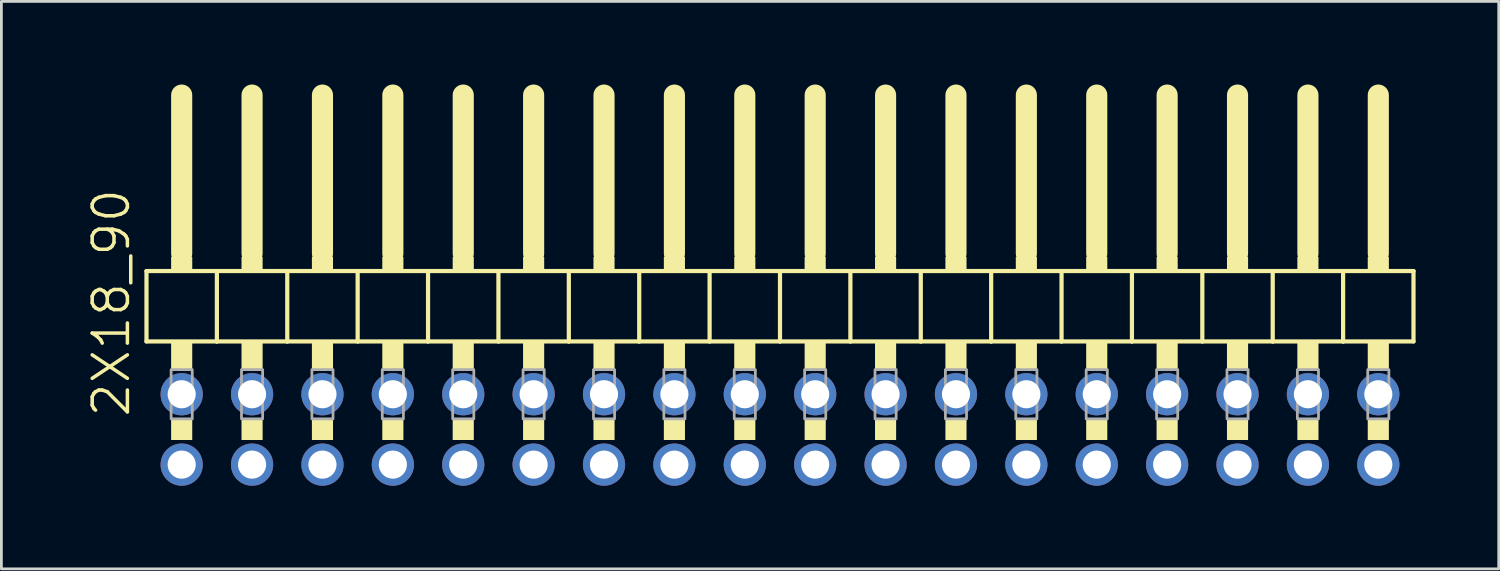
<source format=kicad_pcb>
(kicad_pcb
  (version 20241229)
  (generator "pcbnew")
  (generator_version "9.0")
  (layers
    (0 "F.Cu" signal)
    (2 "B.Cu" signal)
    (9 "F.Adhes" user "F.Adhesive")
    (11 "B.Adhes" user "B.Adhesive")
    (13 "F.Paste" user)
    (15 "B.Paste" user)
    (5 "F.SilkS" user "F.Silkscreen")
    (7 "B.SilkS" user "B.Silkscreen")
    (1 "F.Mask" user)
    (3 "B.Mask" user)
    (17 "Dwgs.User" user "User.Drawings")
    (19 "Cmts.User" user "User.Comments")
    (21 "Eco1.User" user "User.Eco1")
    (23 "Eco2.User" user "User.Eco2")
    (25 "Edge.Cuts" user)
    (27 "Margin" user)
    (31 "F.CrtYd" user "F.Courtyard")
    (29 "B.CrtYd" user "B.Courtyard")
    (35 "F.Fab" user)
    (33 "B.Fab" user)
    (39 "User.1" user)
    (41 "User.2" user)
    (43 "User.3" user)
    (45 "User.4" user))
  (footprint "2X18_90"
    (layer "F.Cu")
    (at 25.096 7.366)
    (property "Reference" "2X18_90" (at -24.13 0.514 90) (layer "F.SilkS") (effects (font (size 1.27 1.27) (thickness 0.127))))
    (attr through_hole)
    (fp_line (start -22.86 -0.635) (end -22.86 1.905) (stroke (width 0.152) (type solid)) (layer "F.SilkS"))
    (fp_line (start -22.86 1.905) (end -20.32 1.905) (stroke (width 0.152) (type solid)) (layer "F.SilkS"))
    (fp_line (start -21.59 -6.985) (end -21.59 -1.27) (stroke (width 0.762) (type solid)) (layer "F.SilkS"))
    (fp_line (start -20.32 -0.635) (end -22.86 -0.635) (stroke (width 0.152) (type solid)) (layer "F.SilkS"))
    (fp_line (start -20.32 1.905) (end -20.32 -0.635) (stroke (width 0.152) (type solid)) (layer "F.SilkS"))
    (fp_line (start -20.32 1.905) (end -17.78 1.905) (stroke (width 0.152) (type solid)) (layer "F.SilkS"))
    (fp_line (start -19.05 -6.985) (end -19.05 -1.27) (stroke (width 0.762) (type solid)) (layer "F.SilkS"))
    (fp_line (start -17.78 -0.635) (end -20.32 -0.635) (stroke (width 0.152) (type solid)) (layer "F.SilkS"))
    (fp_line (start -17.78 1.905) (end -17.78 -0.635) (stroke (width 0.152) (type solid)) (layer "F.SilkS"))
    (fp_line (start -17.78 1.905) (end -15.24 1.905) (stroke (width 0.152) (type solid)) (layer "F.SilkS"))
    (fp_line (start -16.51 -6.985) (end -16.51 -1.27) (stroke (width 0.762) (type solid)) (layer "F.SilkS"))
    (fp_line (start -15.24 -0.635) (end -17.78 -0.635) (stroke (width 0.152) (type solid)) (layer "F.SilkS"))
    (fp_line (start -15.24 1.905) (end -15.24 -0.635) (stroke (width 0.152) (type solid)) (layer "F.SilkS"))
    (fp_line (start -15.24 1.905) (end -12.7 1.905) (stroke (width 0.152) (type solid)) (layer "F.SilkS"))
    (fp_line (start -13.97 -6.985) (end -13.97 -1.27) (stroke (width 0.762) (type solid)) (layer "F.SilkS"))
    (fp_line (start -12.7 -0.635) (end -15.24 -0.635) (stroke (width 0.152) (type solid)) (layer "F.SilkS"))
    (fp_line (start -12.7 1.905) (end -12.7 -0.635) (stroke (width 0.152) (type solid)) (layer "F.SilkS"))
    (fp_line (start -12.7 1.905) (end -10.16 1.905) (stroke (width 0.152) (type solid)) (layer "F.SilkS"))
    (fp_line (start -11.43 -6.985) (end -11.43 -1.27) (stroke (width 0.762) (type solid)) (layer "F.SilkS"))
    (fp_line (start -10.16 -0.635) (end -12.7 -0.635) (stroke (width 0.152) (type solid)) (layer "F.SilkS"))
    (fp_line (start -10.16 1.905) (end -10.16 -0.635) (stroke (width 0.152) (type solid)) (layer "F.SilkS"))
    (fp_line (start -10.16 1.905) (end -7.62 1.905) (stroke (width 0.152) (type solid)) (layer "F.SilkS"))
    (fp_line (start -8.89 -6.985) (end -8.89 -1.27) (stroke (width 0.762) (type solid)) (layer "F.SilkS"))
    (fp_line (start -7.62 -0.635) (end -10.16 -0.635) (stroke (width 0.152) (type solid)) (layer "F.SilkS"))
    (fp_line (start -7.62 1.905) (end -7.62 -0.635) (stroke (width 0.152) (type solid)) (layer "F.SilkS"))
    (fp_line (start -7.62 1.905) (end -5.08 1.905) (stroke (width 0.152) (type solid)) (layer "F.SilkS"))
    (fp_line (start -6.35 -6.985) (end -6.35 -1.27) (stroke (width 0.762) (type solid)) (layer "F.SilkS"))
    (fp_line (start -5.08 -0.635) (end -7.62 -0.635) (stroke (width 0.152) (type solid)) (layer "F.SilkS"))
    (fp_line (start -5.08 1.905) (end -5.08 -0.635) (stroke (width 0.152) (type solid)) (layer "F.SilkS"))
    (fp_line (start -5.08 1.905) (end -2.54 1.905) (stroke (width 0.152) (type solid)) (layer "F.SilkS"))
    (fp_line (start -3.81 -6.985) (end -3.81 -1.27) (stroke (width 0.762) (type solid)) (layer "F.SilkS"))
    (fp_line (start -2.54 -0.635) (end -5.08 -0.635) (stroke (width 0.152) (type solid)) (layer "F.SilkS"))
    (fp_line (start -2.54 1.905) (end -2.54 -0.635) (stroke (width 0.152) (type solid)) (layer "F.SilkS"))
    (fp_line (start -2.54 1.905) (end 0 1.905) (stroke (width 0.152) (type solid)) (layer "F.SilkS"))
    (fp_line (start -1.27 -6.985) (end -1.27 -1.27) (stroke (width 0.762) (type solid)) (layer "F.SilkS"))
    (fp_line (start 0 -0.635) (end -2.54 -0.635) (stroke (width 0.152) (type solid)) (layer "F.SilkS"))
    (fp_line (start 0 1.905) (end 0 -0.635) (stroke (width 0.152) (type solid)) (layer "F.SilkS"))
    (fp_line (start 0 1.905) (end 2.54 1.905) (stroke (width 0.152) (type solid)) (layer "F.SilkS"))
    (fp_line (start 1.27 -6.985) (end 1.27 -1.27) (stroke (width 0.762) (type solid)) (layer "F.SilkS"))
    (fp_line (start 2.54 -0.635) (end 0 -0.635) (stroke (width 0.152) (type solid)) (layer "F.SilkS"))
    (fp_line (start 2.54 1.905) (end 2.54 -0.635) (stroke (width 0.152) (type solid)) (layer "F.SilkS"))
    (fp_line (start 2.54 1.905) (end 5.08 1.905) (stroke (width 0.152) (type solid)) (layer "F.SilkS"))
    (fp_line (start 3.81 -6.985) (end 3.81 -1.27) (stroke (width 0.762) (type solid)) (layer "F.SilkS"))
    (fp_line (start 5.08 -0.635) (end 2.54 -0.635) (stroke (width 0.152) (type solid)) (layer "F.SilkS"))
    (fp_line (start 5.08 1.905) (end 5.08 -0.635) (stroke (width 0.152) (type solid)) (layer "F.SilkS"))
    (fp_line (start 5.08 1.905) (end 7.62 1.905) (stroke (width 0.152) (type solid)) (layer "F.SilkS"))
    (fp_line (start 6.35 -6.985) (end 6.35 -1.27) (stroke (width 0.762) (type solid)) (layer "F.SilkS"))
    (fp_line (start 7.62 -0.635) (end 5.08 -0.635) (stroke (width 0.152) (type solid)) (layer "F.SilkS"))
    (fp_line (start 7.62 1.905) (end 7.62 -0.635) (stroke (width 0.152) (type solid)) (layer "F.SilkS"))
    (fp_line (start 7.62 1.905) (end 10.16 1.905) (stroke (width 0.152) (type solid)) (layer "F.SilkS"))
    (fp_line (start 8.89 -6.985) (end 8.89 -1.27) (stroke (width 0.762) (type solid)) (layer "F.SilkS"))
    (fp_line (start 10.16 -0.635) (end 7.62 -0.635) (stroke (width 0.152) (type solid)) (layer "F.SilkS"))
    (fp_line (start 10.16 1.905) (end 10.16 -0.635) (stroke (width 0.152) (type solid)) (layer "F.SilkS"))
    (fp_line (start 10.16 1.905) (end 12.7 1.905) (stroke (width 0.152) (type solid)) (layer "F.SilkS"))
    (fp_line (start 11.43 -6.985) (end 11.43 -1.27) (stroke (width 0.762) (type solid)) (layer "F.SilkS"))
    (fp_line (start 12.7 -0.635) (end 10.16 -0.635) (stroke (width 0.152) (type solid)) (layer "F.SilkS"))
    (fp_line (start 12.7 1.905) (end 12.7 -0.635) (stroke (width 0.152) (type solid)) (layer "F.SilkS"))
    (fp_line (start 12.7 1.905) (end 15.24 1.905) (stroke (width 0.152) (type solid)) (layer "F.SilkS"))
    (fp_line (start 13.97 -6.985) (end 13.97 -1.27) (stroke (width 0.762) (type solid)) (layer "F.SilkS"))
    (fp_line (start 15.24 -0.635) (end 12.7 -0.635) (stroke (width 0.152) (type solid)) (layer "F.SilkS"))
    (fp_line (start 15.24 1.905) (end 15.24 -0.635) (stroke (width 0.152) (type solid)) (layer "F.SilkS"))
    (fp_line (start 15.24 1.905) (end 17.78 1.905) (stroke (width 0.152) (type solid)) (layer "F.SilkS"))
    (fp_line (start 16.51 -6.985) (end 16.51 -1.27) (stroke (width 0.762) (type solid)) (layer "F.SilkS"))
    (fp_line (start 17.78 -0.635) (end 15.24 -0.635) (stroke (width 0.152) (type solid)) (layer "F.SilkS"))
    (fp_line (start 17.78 1.905) (end 17.78 -0.635) (stroke (width 0.152) (type solid)) (layer "F.SilkS"))
    (fp_line (start 17.78 1.905) (end 20.32 1.905) (stroke (width 0.152) (type solid)) (layer "F.SilkS"))
    (fp_line (start 19.05 -6.985) (end 19.05 -1.27) (stroke (width 0.762) (type solid)) (layer "F.SilkS"))
    (fp_line (start 20.32 -0.635) (end 17.78 -0.635) (stroke (width 0.152) (type solid)) (layer "F.SilkS"))
    (fp_line (start 20.32 1.905) (end 20.32 -0.635) (stroke (width 0.152) (type solid)) (layer "F.SilkS"))
    (fp_line (start 20.32 1.905) (end 22.86 1.905) (stroke (width 0.152) (type solid)) (layer "F.SilkS"))
    (fp_line (start 21.59 -6.985) (end 21.59 -1.27) (stroke (width 0.762) (type solid)) (layer "F.SilkS"))
    (fp_line (start 22.86 -0.635) (end 20.32 -0.635) (stroke (width 0.152) (type solid)) (layer "F.SilkS"))
    (fp_line (start 22.86 1.905) (end 22.86 -0.635) (stroke (width 0.152) (type solid)) (layer "F.SilkS"))
    (fp_poly (pts (xy -21.971 -1.143) (xy -21.209 -1.143) (xy -21.209 -0.635) (xy -21.971 -0.635)) (stroke (width 0) (type solid)) (fill yes) (layer "F.SilkS"))
    (fp_poly (pts (xy -21.971 1.905) (xy -21.209 1.905) (xy -21.209 2.921) (xy -21.971 2.921)) (stroke (width 0) (type solid)) (fill yes) (layer "F.SilkS"))
    (fp_poly (pts (xy -21.971 4.699) (xy -21.209 4.699) (xy -21.209 5.461) (xy -21.971 5.461)) (stroke (width 0) (type solid)) (fill yes) (layer "F.SilkS"))
    (fp_poly (pts (xy -19.431 -1.143) (xy -18.669 -1.143) (xy -18.669 -0.635) (xy -19.431 -0.635)) (stroke (width 0) (type solid)) (fill yes) (layer "F.SilkS"))
    (fp_poly (pts (xy -19.431 1.905) (xy -18.669 1.905) (xy -18.669 2.921) (xy -19.431 2.921)) (stroke (width 0) (type solid)) (fill yes) (layer "F.SilkS"))
    (fp_poly (pts (xy -19.431 4.699) (xy -18.669 4.699) (xy -18.669 5.461) (xy -19.431 5.461)) (stroke (width 0) (type solid)) (fill yes) (layer "F.SilkS"))
    (fp_poly (pts (xy -16.891 -1.143) (xy -16.129 -1.143) (xy -16.129 -0.635) (xy -16.891 -0.635)) (stroke (width 0) (type solid)) (fill yes) (layer "F.SilkS"))
    (fp_poly (pts (xy -16.891 1.905) (xy -16.129 1.905) (xy -16.129 2.921) (xy -16.891 2.921)) (stroke (width 0) (type solid)) (fill yes) (layer "F.SilkS"))
    (fp_poly (pts (xy -16.891 4.699) (xy -16.129 4.699) (xy -16.129 5.461) (xy -16.891 5.461)) (stroke (width 0) (type solid)) (fill yes) (layer "F.SilkS"))
    (fp_poly (pts (xy -14.351 -1.143) (xy -13.589 -1.143) (xy -13.589 -0.635) (xy -14.351 -0.635)) (stroke (width 0) (type solid)) (fill yes) (layer "F.SilkS"))
    (fp_poly (pts (xy -14.351 1.905) (xy -13.589 1.905) (xy -13.589 2.921) (xy -14.351 2.921)) (stroke (width 0) (type solid)) (fill yes) (layer "F.SilkS"))
    (fp_poly (pts (xy -14.351 4.699) (xy -13.589 4.699) (xy -13.589 5.461) (xy -14.351 5.461)) (stroke (width 0) (type solid)) (fill yes) (layer "F.SilkS"))
    (fp_poly (pts (xy -11.811 -1.143) (xy -11.049 -1.143) (xy -11.049 -0.635) (xy -11.811 -0.635)) (stroke (width 0) (type solid)) (fill yes) (layer "F.SilkS"))
    (fp_poly (pts (xy -11.811 1.905) (xy -11.049 1.905) (xy -11.049 2.921) (xy -11.811 2.921)) (stroke (width 0) (type solid)) (fill yes) (layer "F.SilkS"))
    (fp_poly (pts (xy -11.811 4.699) (xy -11.049 4.699) (xy -11.049 5.461) (xy -11.811 5.461)) (stroke (width 0) (type solid)) (fill yes) (layer "F.SilkS"))
    (fp_poly (pts (xy -9.271 -1.143) (xy -8.509 -1.143) (xy -8.509 -0.635) (xy -9.271 -0.635)) (stroke (width 0) (type solid)) (fill yes) (layer "F.SilkS"))
    (fp_poly (pts (xy -9.271 1.905) (xy -8.509 1.905) (xy -8.509 2.921) (xy -9.271 2.921)) (stroke (width 0) (type solid)) (fill yes) (layer "F.SilkS"))
    (fp_poly (pts (xy -9.271 4.699) (xy -8.509 4.699) (xy -8.509 5.461) (xy -9.271 5.461)) (stroke (width 0) (type solid)) (fill yes) (layer "F.SilkS"))
    (fp_poly (pts (xy -6.731 -1.143) (xy -5.969 -1.143) (xy -5.969 -0.635) (xy -6.731 -0.635)) (stroke (width 0) (type solid)) (fill yes) (layer "F.SilkS"))
    (fp_poly (pts (xy -6.731 1.905) (xy -5.969 1.905) (xy -5.969 2.921) (xy -6.731 2.921)) (stroke (width 0) (type solid)) (fill yes) (layer "F.SilkS"))
    (fp_poly (pts (xy -6.731 4.699) (xy -5.969 4.699) (xy -5.969 5.461) (xy -6.731 5.461)) (stroke (width 0) (type solid)) (fill yes) (layer "F.SilkS"))
    (fp_poly (pts (xy -4.191 -1.143) (xy -3.429 -1.143) (xy -3.429 -0.635) (xy -4.191 -0.635)) (stroke (width 0) (type solid)) (fill yes) (layer "F.SilkS"))
    (fp_poly (pts (xy -4.191 1.905) (xy -3.429 1.905) (xy -3.429 2.921) (xy -4.191 2.921)) (stroke (width 0) (type solid)) (fill yes) (layer "F.SilkS"))
    (fp_poly (pts (xy -4.191 4.699) (xy -3.429 4.699) (xy -3.429 5.461) (xy -4.191 5.461)) (stroke (width 0) (type solid)) (fill yes) (layer "F.SilkS"))
    (fp_poly (pts (xy -1.651 -1.143) (xy -0.889 -1.143) (xy -0.889 -0.635) (xy -1.651 -0.635)) (stroke (width 0) (type solid)) (fill yes) (layer "F.SilkS"))
    (fp_poly (pts (xy -1.651 1.905) (xy -0.889 1.905) (xy -0.889 2.921) (xy -1.651 2.921)) (stroke (width 0) (type solid)) (fill yes) (layer "F.SilkS"))
    (fp_poly (pts (xy -1.651 4.699) (xy -0.889 4.699) (xy -0.889 5.461) (xy -1.651 5.461)) (stroke (width 0) (type solid)) (fill yes) (layer "F.SilkS"))
    (fp_poly (pts (xy 0.889 -1.143) (xy 1.651 -1.143) (xy 1.651 -0.635) (xy 0.889 -0.635)) (stroke (width 0) (type solid)) (fill yes) (layer "F.SilkS"))
    (fp_poly (pts (xy 0.889 1.905) (xy 1.651 1.905) (xy 1.651 2.921) (xy 0.889 2.921)) (stroke (width 0) (type solid)) (fill yes) (layer "F.SilkS"))
    (fp_poly (pts (xy 0.889 4.699) (xy 1.651 4.699) (xy 1.651 5.461) (xy 0.889 5.461)) (stroke (width 0) (type solid)) (fill yes) (layer "F.SilkS"))
    (fp_poly (pts (xy 3.429 -1.143) (xy 4.191 -1.143) (xy 4.191 -0.635) (xy 3.429 -0.635)) (stroke (width 0) (type solid)) (fill yes) (layer "F.SilkS"))
    (fp_poly (pts (xy 3.429 1.905) (xy 4.191 1.905) (xy 4.191 2.921) (xy 3.429 2.921)) (stroke (width 0) (type solid)) (fill yes) (layer "F.SilkS"))
    (fp_poly (pts (xy 3.429 4.699) (xy 4.191 4.699) (xy 4.191 5.461) (xy 3.429 5.461)) (stroke (width 0) (type solid)) (fill yes) (layer "F.SilkS"))
    (fp_poly (pts (xy 5.969 -1.143) (xy 6.731 -1.143) (xy 6.731 -0.635) (xy 5.969 -0.635)) (stroke (width 0) (type solid)) (fill yes) (layer "F.SilkS"))
    (fp_poly (pts (xy 5.969 1.905) (xy 6.731 1.905) (xy 6.731 2.921) (xy 5.969 2.921)) (stroke (width 0) (type solid)) (fill yes) (layer "F.SilkS"))
    (fp_poly (pts (xy 5.969 4.699) (xy 6.731 4.699) (xy 6.731 5.461) (xy 5.969 5.461)) (stroke (width 0) (type solid)) (fill yes) (layer "F.SilkS"))
    (fp_poly (pts (xy 8.509 -1.143) (xy 9.271 -1.143) (xy 9.271 -0.635) (xy 8.509 -0.635)) (stroke (width 0) (type solid)) (fill yes) (layer "F.SilkS"))
    (fp_poly (pts (xy 8.509 1.905) (xy 9.271 1.905) (xy 9.271 2.921) (xy 8.509 2.921)) (stroke (width 0) (type solid)) (fill yes) (layer "F.SilkS"))
    (fp_poly (pts (xy 8.509 4.699) (xy 9.271 4.699) (xy 9.271 5.461) (xy 8.509 5.461)) (stroke (width 0) (type solid)) (fill yes) (layer "F.SilkS"))
    (fp_poly (pts (xy 11.049 -1.143) (xy 11.811 -1.143) (xy 11.811 -0.635) (xy 11.049 -0.635)) (stroke (width 0) (type solid)) (fill yes) (layer "F.SilkS"))
    (fp_poly (pts (xy 11.049 1.905) (xy 11.811 1.905) (xy 11.811 2.921) (xy 11.049 2.921)) (stroke (width 0) (type solid)) (fill yes) (layer "F.SilkS"))
    (fp_poly (pts (xy 11.049 4.699) (xy 11.811 4.699) (xy 11.811 5.461) (xy 11.049 5.461)) (stroke (width 0) (type solid)) (fill yes) (layer "F.SilkS"))
    (fp_poly (pts (xy 13.589 -1.143) (xy 14.351 -1.143) (xy 14.351 -0.635) (xy 13.589 -0.635)) (stroke (width 0) (type solid)) (fill yes) (layer "F.SilkS"))
    (fp_poly (pts (xy 13.589 1.905) (xy 14.351 1.905) (xy 14.351 2.921) (xy 13.589 2.921)) (stroke (width 0) (type solid)) (fill yes) (layer "F.SilkS"))
    (fp_poly (pts (xy 13.589 4.699) (xy 14.351 4.699) (xy 14.351 5.461) (xy 13.589 5.461)) (stroke (width 0) (type solid)) (fill yes) (layer "F.SilkS"))
    (fp_poly (pts (xy 16.129 -1.143) (xy 16.891 -1.143) (xy 16.891 -0.635) (xy 16.129 -0.635)) (stroke (width 0) (type solid)) (fill yes) (layer "F.SilkS"))
    (fp_poly (pts (xy 16.129 1.905) (xy 16.891 1.905) (xy 16.891 2.921) (xy 16.129 2.921)) (stroke (width 0) (type solid)) (fill yes) (layer "F.SilkS"))
    (fp_poly (pts (xy 16.129 4.699) (xy 16.891 4.699) (xy 16.891 5.461) (xy 16.129 5.461)) (stroke (width 0) (type solid)) (fill yes) (layer "F.SilkS"))
    (fp_poly (pts (xy 18.669 -1.143) (xy 19.431 -1.143) (xy 19.431 -0.635) (xy 18.669 -0.635)) (stroke (width 0) (type solid)) (fill yes) (layer "F.SilkS"))
    (fp_poly (pts (xy 18.669 1.905) (xy 19.431 1.905) (xy 19.431 2.921) (xy 18.669 2.921)) (stroke (width 0) (type solid)) (fill yes) (layer "F.SilkS"))
    (fp_poly (pts (xy 18.669 4.699) (xy 19.431 4.699) (xy 19.431 5.461) (xy 18.669 5.461)) (stroke (width 0) (type solid)) (fill yes) (layer "F.SilkS"))
    (fp_poly (pts (xy 21.209 -1.143) (xy 21.971 -1.143) (xy 21.971 -0.635) (xy 21.209 -0.635)) (stroke (width 0) (type solid)) (fill yes) (layer "F.SilkS"))
    (fp_poly (pts (xy 21.209 1.905) (xy 21.971 1.905) (xy 21.971 2.921) (xy 21.209 2.921)) (stroke (width 0) (type solid)) (fill yes) (layer "F.SilkS"))
    (fp_poly (pts (xy 21.209 4.699) (xy 21.971 4.699) (xy 21.971 5.461) (xy 21.209 5.461)) (stroke (width 0) (type solid)) (fill yes) (layer "F.SilkS"))
    (fp_poly (pts (xy -21.971 2.921) (xy -21.209 2.921) (xy -21.209 4.699) (xy -21.971 4.699)) (stroke (width 0.1) (type solid)) (fill no) (layer "F.Fab"))
    (fp_poly (pts (xy -19.431 2.921) (xy -18.669 2.921) (xy -18.669 4.699) (xy -19.431 4.699)) (stroke (width 0.1) (type solid)) (fill no) (layer "F.Fab"))
    (fp_poly (pts (xy -16.891 2.921) (xy -16.129 2.921) (xy -16.129 4.699) (xy -16.891 4.699)) (stroke (width 0.1) (type solid)) (fill no) (layer "F.Fab"))
    (fp_poly (pts (xy -14.351 2.921) (xy -13.589 2.921) (xy -13.589 4.699) (xy -14.351 4.699)) (stroke (width 0.1) (type solid)) (fill no) (layer "F.Fab"))
    (fp_poly (pts (xy -11.811 2.921) (xy -11.049 2.921) (xy -11.049 4.699) (xy -11.811 4.699)) (stroke (width 0.1) (type solid)) (fill no) (layer "F.Fab"))
    (fp_poly (pts (xy -9.271 2.921) (xy -8.509 2.921) (xy -8.509 4.699) (xy -9.271 4.699)) (stroke (width 0.1) (type solid)) (fill no) (layer "F.Fab"))
    (fp_poly (pts (xy -6.731 2.921) (xy -5.969 2.921) (xy -5.969 4.699) (xy -6.731 4.699)) (stroke (width 0.1) (type solid)) (fill no) (layer "F.Fab"))
    (fp_poly (pts (xy -4.191 2.921) (xy -3.429 2.921) (xy -3.429 4.699) (xy -4.191 4.699)) (stroke (width 0.1) (type solid)) (fill no) (layer "F.Fab"))
    (fp_poly (pts (xy -1.651 2.921) (xy -0.889 2.921) (xy -0.889 4.699) (xy -1.651 4.699)) (stroke (width 0.1) (type solid)) (fill no) (layer "F.Fab"))
    (fp_poly (pts (xy 0.889 2.921) (xy 1.651 2.921) (xy 1.651 4.699) (xy 0.889 4.699)) (stroke (width 0.1) (type solid)) (fill no) (layer "F.Fab"))
    (fp_poly (pts (xy 3.429 2.921) (xy 4.191 2.921) (xy 4.191 4.699) (xy 3.429 4.699)) (stroke (width 0.1) (type solid)) (fill no) (layer "F.Fab"))
    (fp_poly (pts (xy 5.969 2.921) (xy 6.731 2.921) (xy 6.731 4.699) (xy 5.969 4.699)) (stroke (width 0.1) (type solid)) (fill no) (layer "F.Fab"))
    (fp_poly (pts (xy 8.509 2.921) (xy 9.271 2.921) (xy 9.271 4.699) (xy 8.509 4.699)) (stroke (width 0.1) (type solid)) (fill no) (layer "F.Fab"))
    (fp_poly (pts (xy 11.049 2.921) (xy 11.811 2.921) (xy 11.811 4.699) (xy 11.049 4.699)) (stroke (width 0.1) (type solid)) (fill no) (layer "F.Fab"))
    (fp_poly (pts (xy 13.589 2.921) (xy 14.351 2.921) (xy 14.351 4.699) (xy 13.589 4.699)) (stroke (width 0.1) (type solid)) (fill no) (layer "F.Fab"))
    (fp_poly (pts (xy 16.129 2.921) (xy 16.891 2.921) (xy 16.891 4.699) (xy 16.129 4.699)) (stroke (width 0.1) (type solid)) (fill no) (layer "F.Fab"))
    (fp_poly (pts (xy 18.669 2.921) (xy 19.431 2.921) (xy 19.431 4.699) (xy 18.669 4.699)) (stroke (width 0.1) (type solid)) (fill no) (layer "F.Fab"))
    (fp_poly (pts (xy 21.209 2.921) (xy 21.971 2.921) (xy 21.971 4.699) (xy 21.209 4.699)) (stroke (width 0.1) (type solid)) (fill no) (layer "F.Fab"))
    (pad "1" thru_hole circle (at -21.59 6.35) (size 1.524 1.524) (drill 1.016) (layers "*.Cu" "*.Mask"))
    (pad "2" thru_hole circle (at -21.59 3.81) (size 1.524 1.524) (drill 1.016) (layers "*.Cu" "*.Mask"))
    (pad "3" thru_hole circle (at -19.05 6.35) (size 1.524 1.524) (drill 1.016) (layers "*.Cu" "*.Mask"))
    (pad "4" thru_hole circle (at -19.05 3.81) (size 1.524 1.524) (drill 1.016) (layers "*.Cu" "*.Mask"))
    (pad "5" thru_hole circle (at -16.51 6.35) (size 1.524 1.524) (drill 1.016) (layers "*.Cu" "*.Mask"))
    (pad "6" thru_hole circle (at -16.51 3.81) (size 1.524 1.524) (drill 1.016) (layers "*.Cu" "*.Mask"))
    (pad "7" thru_hole circle (at -13.97 6.35) (size 1.524 1.524) (drill 1.016) (layers "*.Cu" "*.Mask"))
    (pad "8" thru_hole circle (at -13.97 3.81) (size 1.524 1.524) (drill 1.016) (layers "*.Cu" "*.Mask"))
    (pad "9" thru_hole circle (at -11.43 6.35) (size 1.524 1.524) (drill 1.016) (layers "*.Cu" "*.Mask"))
    (pad "10" thru_hole circle (at -11.43 3.81) (size 1.524 1.524) (drill 1.016) (layers "*.Cu" "*.Mask"))
    (pad "11" thru_hole circle (at -8.89 6.35) (size 1.524 1.524) (drill 1.016) (layers "*.Cu" "*.Mask"))
    (pad "12" thru_hole circle (at -8.89 3.81) (size 1.524 1.524) (drill 1.016) (layers "*.Cu" "*.Mask"))
    (pad "13" thru_hole circle (at -6.35 6.35) (size 1.524 1.524) (drill 1.016) (layers "*.Cu" "*.Mask"))
    (pad "14" thru_hole circle (at -6.35 3.81) (size 1.524 1.524) (drill 1.016) (layers "*.Cu" "*.Mask"))
    (pad "15" thru_hole circle (at -3.81 6.35) (size 1.524 1.524) (drill 1.016) (layers "*.Cu" "*.Mask"))
    (pad "16" thru_hole circle (at -3.81 3.81) (size 1.524 1.524) (drill 1.016) (layers "*.Cu" "*.Mask"))
    (pad "17" thru_hole circle (at -1.27 6.35) (size 1.524 1.524) (drill 1.016) (layers "*.Cu" "*.Mask"))
    (pad "18" thru_hole circle (at -1.27 3.81) (size 1.524 1.524) (drill 1.016) (layers "*.Cu" "*.Mask"))
    (pad "19" thru_hole circle (at 1.27 6.35) (size 1.524 1.524) (drill 1.016) (layers "*.Cu" "*.Mask"))
    (pad "20" thru_hole circle (at 1.27 3.81) (size 1.524 1.524) (drill 1.016) (layers "*.Cu" "*.Mask"))
    (pad "21" thru_hole circle (at 3.81 6.35) (size 1.524 1.524) (drill 1.016) (layers "*.Cu" "*.Mask"))
    (pad "22" thru_hole circle (at 3.81 3.81) (size 1.524 1.524) (drill 1.016) (layers "*.Cu" "*.Mask"))
    (pad "23" thru_hole circle (at 6.35 6.35) (size 1.524 1.524) (drill 1.016) (layers "*.Cu" "*.Mask"))
    (pad "24" thru_hole circle (at 6.35 3.81) (size 1.524 1.524) (drill 1.016) (layers "*.Cu" "*.Mask"))
    (pad "25" thru_hole circle (at 8.89 6.35) (size 1.524 1.524) (drill 1.016) (layers "*.Cu" "*.Mask"))
    (pad "26" thru_hole circle (at 8.89 3.81) (size 1.524 1.524) (drill 1.016) (layers "*.Cu" "*.Mask"))
    (pad "27" thru_hole circle (at 11.43 6.35) (size 1.524 1.524) (drill 1.016) (layers "*.Cu" "*.Mask"))
    (pad "28" thru_hole circle (at 11.43 3.81) (size 1.524 1.524) (drill 1.016) (layers "*.Cu" "*.Mask"))
    (pad "29" thru_hole circle (at 13.97 6.35) (size 1.524 1.524) (drill 1.016) (layers "*.Cu" "*.Mask"))
    (pad "30" thru_hole circle (at 13.97 3.81) (size 1.524 1.524) (drill 1.016) (layers "*.Cu" "*.Mask"))
    (pad "31" thru_hole circle (at 16.51 6.35) (size 1.524 1.524) (drill 1.016) (layers "*.Cu" "*.Mask"))
    (pad "32" thru_hole circle (at 16.51 3.81) (size 1.524 1.524) (drill 1.016) (layers "*.Cu" "*.Mask"))
    (pad "33" thru_hole circle (at 19.05 6.35) (size 1.524 1.524) (drill 1.016) (layers "*.Cu" "*.Mask"))
    (pad "34" thru_hole circle (at 19.05 3.81) (size 1.524 1.524) (drill 1.016) (layers "*.Cu" "*.Mask"))
    (pad "35" thru_hole circle (at 21.59 6.35) (size 1.524 1.524) (drill 1.016) (layers "*.Cu" "*.Mask"))
    (pad "36" thru_hole circle (at 21.59 3.81) (size 1.524 1.524) (drill 1.016) (layers "*.Cu" "*.Mask")))
  (gr_rect
    (start -3 -3)
    (end 51.032 17.478)
    (stroke (width 0.1) (type default))
    (fill no)
    (layer "Edge.Cuts")))
</source>
